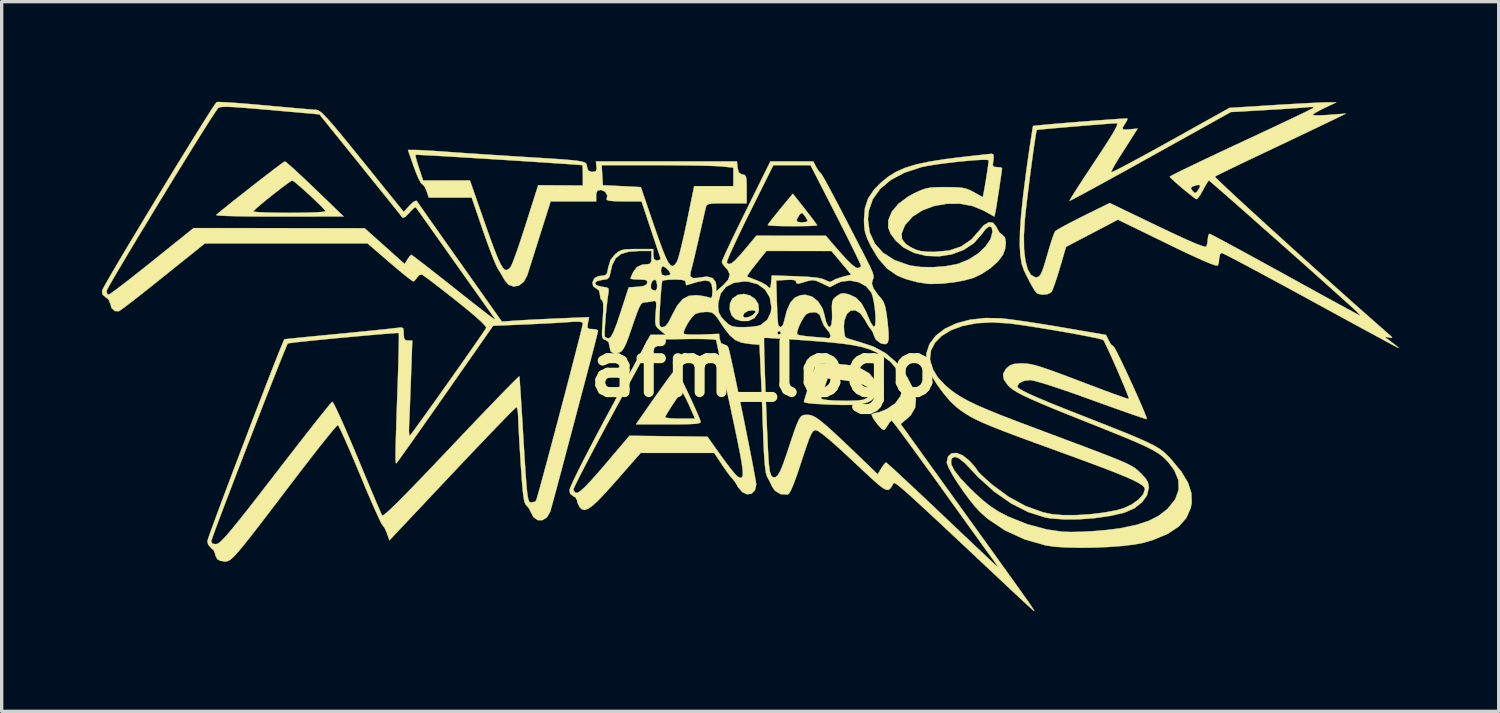
<source format=kicad_pcb>
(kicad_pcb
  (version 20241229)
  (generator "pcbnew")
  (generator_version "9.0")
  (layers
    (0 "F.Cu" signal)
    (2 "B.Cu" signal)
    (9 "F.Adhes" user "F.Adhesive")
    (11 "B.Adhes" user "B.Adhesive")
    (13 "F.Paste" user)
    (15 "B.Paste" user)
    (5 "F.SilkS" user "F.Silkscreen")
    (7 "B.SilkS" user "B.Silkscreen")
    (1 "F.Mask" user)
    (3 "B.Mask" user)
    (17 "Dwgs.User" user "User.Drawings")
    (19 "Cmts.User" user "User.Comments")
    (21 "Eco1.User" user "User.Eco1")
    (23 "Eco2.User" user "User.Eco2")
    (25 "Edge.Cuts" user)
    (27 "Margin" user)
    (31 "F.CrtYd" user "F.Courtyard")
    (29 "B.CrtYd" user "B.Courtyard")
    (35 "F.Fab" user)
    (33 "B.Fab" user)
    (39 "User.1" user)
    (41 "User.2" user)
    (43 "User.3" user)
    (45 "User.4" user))
  (footprint "afm_logo"
    (layer "F.Cu")
    (at 19.831 8.006)
    (property "Reference" "afm_logo" (at 0 0 0) (layer "F.SilkS") (effects (font (size 1.524 1.524) (thickness 0.3))))
    (attr through_hole)
    (fp_poly (pts (xy -0.415 -2.206) (xy -0.264 -2.102) (xy -0.167 -1.953) (xy -0.148 -1.773) (xy -0.17 -1.687) (xy -0.286 -1.526) (xy -0.466 -1.441) (xy -0.683 -1.441) (xy -0.856 -1.5) (xy -0.945 -1.591) (xy -0.628 -1.591) (xy -0.585 -1.545) (xy -0.485 -1.549) (xy -0.368 -1.595) (xy -0.307 -1.641) (xy -0.242 -1.716) (xy -0.267 -1.747) (xy -0.335 -1.76) (xy -0.471 -1.744) (xy -0.584 -1.677) (xy -0.628 -1.591) (xy -0.945 -1.591) (xy -0.966 -1.613) (xy -1.021 -1.783) (xy -1.014 -1.966) (xy -0.941 -2.112) (xy -0.778 -2.225) (xy -0.595 -2.251) (xy -0.415 -2.206)) (stroke (width 0.01) (type solid)) (fill yes) (layer "F.SilkS"))
    (fp_poly (pts (xy 1.233 -4.791) (xy 1.385 -4.597) (xy 1.506 -4.438) (xy 1.581 -4.334) (xy 1.598 -4.304) (xy 1.545 -4.296) (xy 1.398 -4.288) (xy 1.18 -4.283) (xy 0.911 -4.281) (xy 0.856 -4.281) (xy 0.58 -4.283) (xy 0.351 -4.289) (xy 0.189 -4.298) (xy 0.116 -4.309) (xy 0.114 -4.311) (xy 0.148 -4.365) (xy 0.233 -4.477) (xy 0.981 -4.477) (xy 1.001 -4.414) (xy 1.122 -4.395) (xy 1.142 -4.395) (xy 1.261 -4.407) (xy 1.311 -4.437) (xy 1.311 -4.438) (xy 1.278 -4.512) (xy 1.222 -4.595) (xy 1.153 -4.674) (xy 1.103 -4.662) (xy 1.052 -4.598) (xy 0.981 -4.477) (xy 0.233 -4.477) (xy 0.241 -4.487) (xy 0.376 -4.656) (xy 0.491 -4.798) (xy 0.869 -5.254) (xy 1.233 -4.791)) (stroke (width 0.01) (type solid)) (fill yes) (layer "F.SilkS"))
    (fp_poly (pts (xy -2.601 0.051) (xy -2.53 0.182) (xy -2.434 0.374) (xy -2.322 0.604) (xy -2.205 0.852) (xy -2.094 1.094) (xy -1.998 1.309) (xy -1.928 1.475) (xy -1.894 1.57) (xy -1.894 1.571) (xy -1.902 1.602) (xy -1.951 1.625) (xy -2.056 1.64) (xy -2.231 1.649) (xy -2.491 1.654) (xy -2.851 1.655) (xy -3.832 1.655) (xy -3.723 1.498) (xy -3.682 1.44) (xy -2.959 1.44) (xy -2.915 1.46) (xy -2.783 1.476) (xy -2.588 1.484) (xy -2.519 1.484) (xy -2.061 1.484) (xy -2.238 1.084) (xy -2.327 0.895) (xy -2.402 0.753) (xy -2.45 0.687) (xy -2.455 0.685) (xy -2.498 0.729) (xy -2.582 0.842) (xy -2.688 0.997) (xy -2.798 1.165) (xy -2.893 1.318) (xy -2.954 1.429) (xy -2.959 1.44) (xy -3.682 1.44) (xy -3.393 1.024) (xy -3.124 0.643) (xy -2.915 0.352) (xy -2.765 0.15) (xy -2.672 0.034) (xy -2.636 0.002) (xy -2.601 0.051)) (stroke (width 0.01) (type solid)) (fill yes) (layer "F.SilkS"))
    (fp_poly (pts (xy 2.112 -0.162) (xy 2.553 -0.117) (xy 2.898 -0.022) (xy 3.153 0.126) (xy 3.326 0.331) (xy 3.335 0.349) (xy 3.403 0.5) (xy 3.41 0.616) (xy 3.376 0.723) (xy 3.311 0.844) (xy 3.221 0.937) (xy 3.094 1.005) (xy 2.915 1.049) (xy 2.671 1.071) (xy 2.351 1.075) (xy 1.94 1.062) (xy 1.555 1.042) (xy 1.371 1.026) (xy 1.242 1.005) (xy 1.199 0.985) (xy 1.215 0.918) (xy 1.229 0.875) (xy 1.712 0.875) (xy 1.766 0.905) (xy 1.915 0.929) (xy 2.14 0.944) (xy 2.422 0.95) (xy 2.582 0.949) (xy 2.817 0.94) (xy 2.969 0.919) (xy 3.072 0.877) (xy 3.152 0.81) (xy 3.282 0.678) (xy 3.148 0.568) (xy 2.98 0.468) (xy 2.74 0.391) (xy 2.41 0.333) (xy 2.255 0.315) (xy 1.912 0.278) (xy 1.812 0.56) (xy 1.756 0.725) (xy 1.72 0.842) (xy 1.712 0.875) (xy 1.229 0.875) (xy 1.261 0.768) (xy 1.327 0.558) (xy 1.384 0.382) (xy 1.569 -0.183) (xy 2.112 -0.162)) (stroke (width 0.01) (type solid)) (fill yes) (layer "F.SilkS"))
    (fp_poly (pts (xy -14.294 -6.183) (xy -14.171 -6.077) (xy -13.992 -5.915) (xy -13.769 -5.708) (xy -13.517 -5.468) (xy -13.442 -5.396) (xy -12.586 -4.572) (xy -14.524 -4.569) (xy -14.987 -4.57) (xy -15.405 -4.573) (xy -15.766 -4.579) (xy -16.058 -4.586) (xy -16.269 -4.596) (xy -16.387 -4.607) (xy -16.407 -4.615) (xy -16.301 -4.706) (xy -16.28 -4.723) (xy -15.294 -4.723) (xy -15.241 -4.71) (xy -15.091 -4.698) (xy -14.862 -4.689) (xy -14.571 -4.683) (xy -14.236 -4.68) (xy -14.213 -4.68) (xy -13.875 -4.683) (xy -13.58 -4.689) (xy -13.346 -4.7) (xy -13.189 -4.712) (xy -13.128 -4.727) (xy -13.128 -4.728) (xy -13.168 -4.783) (xy -13.273 -4.893) (xy -13.424 -5.039) (xy -13.598 -5.203) (xy -13.777 -5.365) (xy -13.938 -5.507) (xy -14.061 -5.608) (xy -14.126 -5.651) (xy -14.128 -5.651) (xy -14.189 -5.617) (xy -14.315 -5.527) (xy -14.486 -5.398) (xy -14.681 -5.246) (xy -14.879 -5.088) (xy -15.06 -4.939) (xy -15.201 -4.818) (xy -15.282 -4.741) (xy -15.294 -4.723) (xy -16.28 -4.723) (xy -16.131 -4.844) (xy -15.915 -5.018) (xy -15.667 -5.214) (xy -15.402 -5.422) (xy -15.138 -5.628) (xy -14.888 -5.822) (xy -14.668 -5.989) (xy -14.495 -6.12) (xy -14.383 -6.2) (xy -14.348 -6.221) (xy -14.294 -6.183)) (stroke (width 0.01) (type solid)) (fill yes) (layer "F.SilkS"))
    (fp_poly (pts (xy 6.884 -6.415) (xy 6.882 -6.297) (xy 6.874 -6.25) (xy 6.857 -6.117) (xy 6.884 -6.062) (xy 6.977 -6.05) (xy 6.986 -6.05) (xy 7.096 -6.041) (xy 7.135 -6.021) (xy 7.127 -5.945) (xy 7.105 -5.784) (xy 7.073 -5.569) (xy 7.037 -5.328) (xy 7 -5.09) (xy 6.968 -4.884) (xy 6.943 -4.739) (xy 6.934 -4.695) (xy 6.904 -4.567) (xy 6.587 -4.746) (xy 6.244 -4.887) (xy 5.866 -4.955) (xy 5.477 -4.952) (xy 5.098 -4.885) (xy 4.752 -4.756) (xy 4.46 -4.571) (xy 4.246 -4.334) (xy 4.214 -4.279) (xy 4.127 -4.061) (xy 4.14 -3.89) (xy 4.256 -3.745) (xy 4.395 -3.654) (xy 4.553 -3.577) (xy 4.71 -3.533) (xy 4.908 -3.514) (xy 5.109 -3.511) (xy 5.549 -3.551) (xy 5.915 -3.674) (xy 6.218 -3.884) (xy 6.418 -4.112) (xy 6.588 -4.308) (xy 6.74 -4.399) (xy 6.867 -4.383) (xy 6.966 -4.261) (xy 6.981 -4.224) (xy 7.057 -4.093) (xy 7.147 -4.02) (xy 7.147 -4.02) (xy 7.221 -3.943) (xy 7.249 -3.795) (xy 7.231 -3.611) (xy 7.165 -3.428) (xy 7.016 -3.226) (xy 6.789 -3.023) (xy 6.518 -2.845) (xy 6.283 -2.734) (xy 6.016 -2.658) (xy 5.683 -2.598) (xy 5.331 -2.56) (xy 5.008 -2.55) (xy 4.909 -2.555) (xy 4.591 -2.604) (xy 4.258 -2.695) (xy 3.996 -2.801) (xy 3.696 -3.007) (xy 3.428 -3.313) (xy 3.207 -3.679) (xy 3.097 -3.909) (xy 3.034 -4.091) (xy 3.006 -4.275) (xy 3 -4.481) (xy 3.118 -4.481) (xy 3.171 -4.094) (xy 3.324 -3.76) (xy 3.574 -3.482) (xy 3.916 -3.265) (xy 4.348 -3.112) (xy 4.395 -3.101) (xy 4.707 -3.058) (xy 5.077 -3.053) (xy 5.454 -3.083) (xy 5.79 -3.147) (xy 5.842 -3.162) (xy 6.148 -3.289) (xy 6.421 -3.466) (xy 6.642 -3.674) (xy 6.791 -3.895) (xy 6.849 -4.111) (xy 6.849 -4.123) (xy 6.824 -4.248) (xy 6.755 -4.275) (xy 6.654 -4.207) (xy 6.534 -4.05) (xy 6.297 -3.777) (xy 5.991 -3.572) (xy 5.636 -3.439) (xy 5.256 -3.378) (xy 4.871 -3.391) (xy 4.504 -3.48) (xy 4.178 -3.646) (xy 3.952 -3.846) (xy 3.796 -4.054) (xy 3.726 -4.24) (xy 3.728 -4.44) (xy 3.733 -4.473) (xy 3.834 -4.717) (xy 4.034 -4.953) (xy 4.321 -5.167) (xy 4.496 -5.263) (xy 4.683 -5.35) (xy 4.836 -5.406) (xy 4.994 -5.436) (xy 5.193 -5.449) (xy 5.45 -5.451) (xy 5.723 -5.448) (xy 5.915 -5.435) (xy 6.059 -5.406) (xy 6.187 -5.355) (xy 6.29 -5.3) (xy 6.558 -5.149) (xy 6.588 -5.3) (xy 6.616 -5.451) (xy 6.65 -5.653) (xy 6.684 -5.869) (xy 6.713 -6.066) (xy 6.731 -6.208) (xy 6.735 -6.254) (xy 6.682 -6.268) (xy 6.537 -6.269) (xy 6.322 -6.257) (xy 6.057 -6.235) (xy 5.763 -6.205) (xy 5.461 -6.17) (xy 5.173 -6.131) (xy 4.92 -6.09) (xy 4.722 -6.05) (xy 4.709 -6.046) (xy 4.215 -5.884) (xy 3.806 -5.667) (xy 3.487 -5.4) (xy 3.263 -5.088) (xy 3.141 -4.736) (xy 3.118 -4.481) (xy 3 -4.481) (xy 3.029 -4.826) (xy 3.124 -5.113) (xy 3.302 -5.376) (xy 3.499 -5.577) (xy 3.718 -5.758) (xy 3.955 -5.906) (xy 4.228 -6.028) (xy 4.553 -6.128) (xy 4.947 -6.213) (xy 5.427 -6.289) (xy 5.793 -6.335) (xy 6.118 -6.373) (xy 6.405 -6.405) (xy 6.634 -6.43) (xy 6.786 -6.446) (xy 6.838 -6.45) (xy 6.884 -6.415)) (stroke (width 0.01) (type solid)) (fill yes) (layer "F.SilkS"))
    (fp_poly (pts (xy 7.102 -1.521) (xy 7.295 -1.5) (xy 7.576 -1.463) (xy 7.922 -1.412) (xy 8.311 -1.352) (xy 8.717 -1.286) (xy 8.891 -1.256) (xy 9.265 -1.192) (xy 9.601 -1.134) (xy 9.881 -1.087) (xy 10.091 -1.051) (xy 10.214 -1.031) (xy 10.239 -1.027) (xy 10.273 -0.981) (xy 10.327 -0.867) (xy 10.331 -0.856) (xy 10.399 -0.738) (xy 10.467 -0.685) (xy 10.471 -0.685) (xy 10.507 -0.636) (xy 10.579 -0.5) (xy 10.68 -0.298) (xy 10.801 -0.046) (xy 10.932 0.235) (xy 11.066 0.527) (xy 11.194 0.812) (xy 11.307 1.071) (xy 11.397 1.284) (xy 11.455 1.434) (xy 11.473 1.499) (xy 11.421 1.487) (xy 11.276 1.44) (xy 11.049 1.362) (xy 10.754 1.259) (xy 10.404 1.134) (xy 10.011 0.993) (xy 9.832 0.928) (xy 9.368 0.761) (xy 8.95 0.616) (xy 8.59 0.496) (xy 8.3 0.406) (xy 8.092 0.349) (xy 7.978 0.328) (xy 7.978 0.328) (xy 7.792 0.353) (xy 7.652 0.419) (xy 7.592 0.511) (xy 7.591 0.52) (xy 7.627 0.568) (xy 7.738 0.638) (xy 7.93 0.735) (xy 8.208 0.859) (xy 8.58 1.015) (xy 9.051 1.204) (xy 9.308 1.305) (xy 9.89 1.534) (xy 10.376 1.726) (xy 10.777 1.886) (xy 11.103 2.02) (xy 11.363 2.133) (xy 11.568 2.229) (xy 11.73 2.313) (xy 11.857 2.39) (xy 11.96 2.466) (xy 12.05 2.546) (xy 12.136 2.633) (xy 12.205 2.707) (xy 12.507 3.072) (xy 12.706 3.404) (xy 12.807 3.716) (xy 12.816 4.016) (xy 12.786 4.164) (xy 12.655 4.461) (xy 12.43 4.715) (xy 12.106 4.931) (xy 11.679 5.111) (xy 11.38 5.201) (xy 11.108 5.254) (xy 10.752 5.297) (xy 10.34 5.328) (xy 9.901 5.347) (xy 9.463 5.352) (xy 9.054 5.343) (xy 8.702 5.32) (xy 8.448 5.283) (xy 7.812 5.101) (xy 7.231 4.836) (xy 6.722 4.497) (xy 6.487 4.292) (xy 6.328 4.12) (xy 6.15 3.9) (xy 5.968 3.652) (xy 5.796 3.399) (xy 5.648 3.161) (xy 5.539 2.961) (xy 5.484 2.82) (xy 5.48 2.79) (xy 5.518 2.617) (xy 5.621 2.524) (xy 5.772 2.512) (xy 5.953 2.582) (xy 6.147 2.735) (xy 6.162 2.751) (xy 6.287 2.888) (xy 6.37 2.993) (xy 6.393 3.035) (xy 6.434 3.088) (xy 6.544 3.197) (xy 6.704 3.343) (xy 6.835 3.457) (xy 7.33 3.824) (xy 7.848 4.106) (xy 8.368 4.291) (xy 8.632 4.347) (xy 8.962 4.375) (xy 9.358 4.374) (xy 9.782 4.347) (xy 10.197 4.297) (xy 10.563 4.228) (xy 10.777 4.167) (xy 11.023 4.053) (xy 11.227 3.906) (xy 11.365 3.747) (xy 11.416 3.597) (xy 11.399 3.546) (xy 11.345 3.489) (xy 11.245 3.422) (xy 11.091 3.341) (xy 10.876 3.243) (xy 10.591 3.125) (xy 10.229 2.984) (xy 9.783 2.816) (xy 9.243 2.617) (xy 8.644 2.399) (xy 8.064 2.188) (xy 7.579 2.01) (xy 7.18 1.859) (xy 6.853 1.73) (xy 6.587 1.619) (xy 6.371 1.519) (xy 6.193 1.427) (xy 6.042 1.336) (xy 5.905 1.243) (xy 5.775 1.144) (xy 5.588 0.969) (xy 5.39 0.737) (xy 5.199 0.477) (xy 5.035 0.217) (xy 4.919 -0.014) (xy 4.875 -0.153) (xy 4.871 -0.304) (xy 4.976 -0.304) (xy 5.041 -0.034) (xy 5.209 0.246) (xy 5.435 0.485) (xy 5.585 0.613) (xy 5.743 0.731) (xy 5.923 0.845) (xy 6.137 0.961) (xy 6.396 1.085) (xy 6.712 1.222) (xy 7.099 1.379) (xy 7.568 1.56) (xy 8.132 1.773) (xy 8.191 1.795) (xy 8.811 2.027) (xy 9.333 2.223) (xy 9.767 2.386) (xy 10.122 2.522) (xy 10.407 2.633) (xy 10.632 2.724) (xy 10.806 2.798) (xy 10.938 2.861) (xy 11.038 2.915) (xy 11.114 2.964) (xy 11.177 3.013) (xy 11.235 3.065) (xy 11.281 3.109) (xy 11.427 3.262) (xy 11.503 3.385) (xy 11.529 3.515) (xy 11.53 3.564) (xy 11.476 3.785) (xy 11.326 3.993) (xy 11.098 4.169) (xy 10.811 4.297) (xy 10.785 4.304) (xy 10.383 4.397) (xy 9.928 4.463) (xy 9.456 4.499) (xy 9.003 4.503) (xy 8.604 4.474) (xy 8.436 4.446) (xy 7.923 4.285) (xy 7.405 4.023) (xy 6.896 3.667) (xy 6.413 3.23) (xy 6.246 3.051) (xy 6.02 2.815) (xy 5.847 2.675) (xy 5.721 2.628) (xy 5.637 2.67) (xy 5.611 2.719) (xy 5.614 2.852) (xy 5.705 3.035) (xy 5.889 3.271) (xy 6.166 3.563) (xy 6.293 3.686) (xy 6.566 3.935) (xy 6.804 4.122) (xy 7.044 4.275) (xy 7.324 4.42) (xy 7.888 4.646) (xy 8.481 4.804) (xy 8.933 4.87) (xy 9.202 4.88) (xy 9.547 4.872) (xy 9.927 4.85) (xy 10.307 4.816) (xy 10.647 4.771) (xy 10.722 4.759) (xy 11.172 4.663) (xy 11.531 4.545) (xy 11.822 4.397) (xy 12.068 4.208) (xy 12.103 4.174) (xy 12.321 3.902) (xy 12.426 3.618) (xy 12.417 3.326) (xy 12.295 3.029) (xy 12.116 2.79) (xy 12.026 2.695) (xy 11.93 2.608) (xy 11.817 2.525) (xy 11.677 2.439) (xy 11.497 2.346) (xy 11.266 2.238) (xy 10.972 2.112) (xy 10.604 1.96) (xy 10.15 1.777) (xy 9.716 1.604) (xy 9.155 1.38) (xy 8.69 1.192) (xy 8.312 1.034) (xy 8.011 0.903) (xy 7.776 0.793) (xy 7.598 0.7) (xy 7.466 0.619) (xy 7.37 0.545) (xy 7.316 0.492) (xy 7.187 0.308) (xy 7.165 0.147) (xy 7.25 -0.005) (xy 7.271 -0.028) (xy 7.377 -0.113) (xy 7.5 -0.156) (xy 7.683 -0.171) (xy 7.746 -0.171) (xy 7.863 -0.165) (xy 7.994 -0.146) (xy 8.153 -0.108) (xy 8.354 -0.046) (xy 8.613 0.043) (xy 8.945 0.164) (xy 9.363 0.322) (xy 9.497 0.373) (xy 9.875 0.517) (xy 10.216 0.645) (xy 10.507 0.752) (xy 10.734 0.832) (xy 10.882 0.882) (xy 10.938 0.896) (xy 10.924 0.84) (xy 10.871 0.701) (xy 10.789 0.5) (xy 10.686 0.259) (xy 10.573 -0.003) (xy 10.458 -0.263) (xy 10.351 -0.501) (xy 10.259 -0.696) (xy 10.194 -0.828) (xy 10.167 -0.872) (xy 10.098 -0.896) (xy 9.934 -0.934) (xy 9.693 -0.983) (xy 9.394 -1.04) (xy 9.055 -1.101) (xy 8.693 -1.164) (xy 8.328 -1.224) (xy 7.976 -1.28) (xy 7.656 -1.328) (xy 7.387 -1.364) (xy 7.352 -1.368) (xy 6.834 -1.4) (xy 6.366 -1.373) (xy 5.955 -1.292) (xy 5.607 -1.164) (xy 5.328 -0.995) (xy 5.126 -0.791) (xy 5.006 -0.558) (xy 4.976 -0.304) (xy 4.871 -0.304) (xy 4.867 -0.467) (xy 4.963 -0.752) (xy 5.151 -1.001) (xy 5.422 -1.209) (xy 5.768 -1.371) (xy 6.178 -1.48) (xy 6.643 -1.53) (xy 7.102 -1.521)) (stroke (width 0.01) (type solid)) (fill yes) (layer "F.SilkS"))
    (fp_poly (pts (xy 16.795 -7.822) (xy 16.618 -7.733) (xy 16.49 -7.659) (xy 16.439 -7.617) (xy 16.439 -7.616) (xy 16.491 -7.603) (xy 16.632 -7.6) (xy 16.835 -7.609) (xy 16.938 -7.616) (xy 17.438 -7.653) (xy 16.895 -7.39) (xy 16.692 -7.292) (xy 16.407 -7.156) (xy 16.061 -6.991) (xy 15.675 -6.807) (xy 15.27 -6.615) (xy 14.955 -6.466) (xy 14.584 -6.29) (xy 14.247 -6.129) (xy 13.957 -5.989) (xy 13.729 -5.878) (xy 13.576 -5.801) (xy 13.512 -5.767) (xy 13.512 -5.766) (xy 13.547 -5.724) (xy 13.659 -5.614) (xy 13.84 -5.442) (xy 14.082 -5.216) (xy 14.376 -4.945) (xy 14.715 -4.634) (xy 15.09 -4.292) (xy 15.493 -3.926) (xy 15.915 -3.544) (xy 16.35 -3.152) (xy 16.788 -2.759) (xy 17.221 -2.371) (xy 17.641 -1.996) (xy 18.041 -1.642) (xy 18.411 -1.316) (xy 18.693 -1.068) (xy 18.799 -0.974) (xy 18.822 -0.936) (xy 18.768 -0.939) (xy 18.722 -0.948) (xy 18.624 -0.964) (xy 18.629 -0.94) (xy 18.693 -0.89) (xy 18.836 -0.782) (xy 18.922 -0.718) (xy 18.997 -0.655) (xy 19.007 -0.634) (xy 18.953 -0.661) (xy 18.808 -0.738) (xy 18.582 -0.86) (xy 18.285 -1.021) (xy 17.924 -1.216) (xy 17.511 -1.441) (xy 17.055 -1.69) (xy 16.564 -1.958) (xy 16.382 -2.058) (xy 15.88 -2.332) (xy 15.407 -2.588) (xy 14.973 -2.823) (xy 14.588 -3.029) (xy 14.261 -3.203) (xy 14.001 -3.339) (xy 13.819 -3.432) (xy 13.724 -3.477) (xy 13.713 -3.48) (xy 13.661 -3.432) (xy 13.641 -3.325) (xy 13.626 -3.184) (xy 13.598 -3.103) (xy 13.537 -3.104) (xy 13.384 -3.156) (xy 13.138 -3.259) (xy 12.795 -3.415) (xy 12.355 -3.624) (xy 12.081 -3.757) (xy 10.606 -4.476) (xy 9.052 -3.661) (xy 8.865 -3.022) (xy 8.785 -2.762) (xy 8.71 -2.538) (xy 8.649 -2.376) (xy 8.613 -2.304) (xy 8.504 -2.245) (xy 8.348 -2.228) (xy 8.205 -2.258) (xy 8.183 -2.27) (xy 8.107 -2.36) (xy 7.992 -2.557) (xy 7.838 -2.86) (xy 7.794 -2.95) (xy 7.726 -3.146) (xy 7.683 -3.404) (xy 7.665 -3.73) (xy 7.671 -3.998) (xy 7.789 -3.998) (xy 7.795 -3.587) (xy 7.834 -3.247) (xy 7.904 -2.989) (xy 8.003 -2.82) (xy 8.13 -2.75) (xy 8.18 -2.751) (xy 8.238 -2.773) (xy 8.29 -2.832) (xy 8.343 -2.948) (xy 8.407 -3.139) (xy 8.488 -3.416) (xy 8.564 -3.676) (xy 8.635 -3.899) (xy 8.692 -4.058) (xy 8.726 -4.129) (xy 8.794 -4.176) (xy 8.946 -4.263) (xy 9.163 -4.378) (xy 9.424 -4.512) (xy 9.57 -4.585) (xy 10.36 -4.975) (xy 11.786 -4.289) (xy 12.256 -4.066) (xy 12.631 -3.893) (xy 12.913 -3.77) (xy 13.109 -3.695) (xy 13.221 -3.665) (xy 13.255 -3.671) (xy 13.287 -3.776) (xy 13.298 -3.896) (xy 13.315 -4.01) (xy 13.349 -4.053) (xy 13.408 -4.026) (xy 13.556 -3.949) (xy 13.783 -3.828) (xy 14.079 -3.669) (xy 14.434 -3.476) (xy 14.837 -3.256) (xy 15.278 -3.014) (xy 15.618 -2.827) (xy 16.079 -2.573) (xy 16.509 -2.336) (xy 16.897 -2.123) (xy 17.234 -1.939) (xy 17.51 -1.789) (xy 17.713 -1.679) (xy 17.834 -1.615) (xy 17.864 -1.6) (xy 17.847 -1.633) (xy 17.768 -1.715) (xy 17.75 -1.733) (xy 17.648 -1.827) (xy 17.477 -1.982) (xy 17.248 -2.188) (xy 16.97 -2.437) (xy 16.653 -2.72) (xy 16.307 -3.029) (xy 15.94 -3.355) (xy 15.564 -3.689) (xy 15.188 -4.022) (xy 14.821 -4.347) (xy 14.473 -4.655) (xy 14.154 -4.936) (xy 13.874 -5.182) (xy 13.641 -5.386) (xy 13.467 -5.537) (xy 13.361 -5.628) (xy 13.331 -5.651) (xy 13.291 -5.604) (xy 13.22 -5.484) (xy 13.155 -5.362) (xy 13.067 -5.208) (xy 12.993 -5.11) (xy 12.957 -5.09) (xy 12.887 -5.135) (xy 12.761 -5.232) (xy 12.605 -5.359) (xy 12.54 -5.413) (xy 12.793 -5.413) (xy 12.843 -5.337) (xy 12.846 -5.333) (xy 12.912 -5.272) (xy 12.968 -5.305) (xy 12.997 -5.343) (xy 13.057 -5.445) (xy 13.071 -5.494) (xy 13.026 -5.518) (xy 12.943 -5.505) (xy 12.82 -5.46) (xy 12.793 -5.413) (xy 12.54 -5.413) (xy 12.442 -5.496) (xy 12.297 -5.624) (xy 12.194 -5.72) (xy 12.158 -5.764) (xy 12.208 -5.795) (xy 12.351 -5.868) (xy 12.575 -5.979) (xy 12.871 -6.122) (xy 13.228 -6.292) (xy 13.634 -6.484) (xy 14.078 -6.692) (xy 14.284 -6.788) (xy 14.744 -7.002) (xy 15.173 -7.203) (xy 15.559 -7.385) (xy 15.89 -7.542) (xy 16.157 -7.67) (xy 16.346 -7.763) (xy 16.448 -7.816) (xy 16.462 -7.824) (xy 16.45 -7.85) (xy 16.351 -7.851) (xy 16.32 -7.847) (xy 16.201 -7.836) (xy 15.991 -7.82) (xy 15.711 -7.801) (xy 15.383 -7.78) (xy 15.057 -7.761) (xy 13.989 -7.7) (xy 11.581 -6.36) (xy 11.101 -6.093) (xy 10.653 -5.845) (xy 10.244 -5.621) (xy 9.887 -5.425) (xy 9.59 -5.264) (xy 9.362 -5.142) (xy 9.214 -5.065) (xy 9.155 -5.038) (xy 9.155 -5.039) (xy 9.18 -5.089) (xy 9.26 -5.221) (xy 9.388 -5.422) (xy 9.554 -5.678) (xy 9.75 -5.976) (xy 9.905 -6.21) (xy 10.159 -6.594) (xy 10.35 -6.891) (xy 10.483 -7.11) (xy 10.561 -7.257) (xy 10.59 -7.34) (xy 10.574 -7.364) (xy 10.487 -7.36) (xy 10.312 -7.348) (xy 10.07 -7.33) (xy 9.781 -7.307) (xy 9.467 -7.281) (xy 9.146 -7.254) (xy 8.841 -7.228) (xy 8.571 -7.204) (xy 8.356 -7.184) (xy 8.218 -7.17) (xy 8.176 -7.164) (xy 8.161 -7.104) (xy 8.135 -6.949) (xy 8.1 -6.717) (xy 8.059 -6.428) (xy 8.014 -6.1) (xy 7.969 -5.75) (xy 7.924 -5.398) (xy 7.883 -5.063) (xy 7.848 -4.761) (xy 7.822 -4.513) (xy 7.818 -4.471) (xy 7.789 -3.998) (xy 7.671 -3.998) (xy 7.673 -4.132) (xy 7.707 -4.619) (xy 7.767 -5.197) (xy 7.853 -5.874) (xy 7.909 -6.276) (xy 7.956 -6.598) (xy 7.998 -6.878) (xy 8.032 -7.097) (xy 8.055 -7.238) (xy 8.065 -7.282) (xy 8.126 -7.291) (xy 8.281 -7.307) (xy 8.513 -7.328) (xy 8.801 -7.353) (xy 9.126 -7.381) (xy 9.472 -7.408) (xy 9.817 -7.435) (xy 10.144 -7.46) (xy 10.434 -7.481) (xy 10.668 -7.497) (xy 10.827 -7.506) (xy 10.892 -7.506) (xy 10.892 -7.506) (xy 10.879 -7.45) (xy 10.822 -7.354) (xy 10.75 -7.239) (xy 10.753 -7.184) (xy 10.847 -7.174) (xy 10.964 -7.183) (xy 11.197 -7.205) (xy 11.04 -6.956) (xy 10.93 -6.782) (xy 10.787 -6.558) (xy 10.642 -6.331) (xy 10.632 -6.315) (xy 10.52 -6.132) (xy 10.441 -5.987) (xy 10.408 -5.905) (xy 10.41 -5.896) (xy 10.464 -5.916) (xy 10.607 -5.986) (xy 10.826 -6.1) (xy 11.11 -6.252) (xy 11.448 -6.435) (xy 11.829 -6.644) (xy 12.193 -6.846) (xy 13.948 -7.824) (xy 15.265 -7.907) (xy 15.66 -7.931) (xy 16.033 -7.952) (xy 16.364 -7.97) (xy 16.632 -7.982) (xy 16.817 -7.989) (xy 16.867 -7.99) (xy 17.152 -7.991) (xy 16.795 -7.822)) (stroke (width 0.01) (type solid)) (fill yes) (layer "F.SilkS"))
    (fp_poly (pts (xy -16.164 -7.995) (xy -15.919 -7.98) (xy -15.608 -7.957) (xy -15.247 -7.927) (xy -14.955 -7.9) (xy -14.559 -7.864) (xy -14.194 -7.831) (xy -13.878 -7.803) (xy -13.628 -7.782) (xy -13.462 -7.769) (xy -13.405 -7.766) (xy -13.353 -7.753) (xy -13.285 -7.711) (xy -13.194 -7.63) (xy -13.072 -7.503) (xy -12.911 -7.32) (xy -12.703 -7.073) (xy -12.441 -6.754) (xy -12.121 -6.359) (xy -11.838 -6.009) (xy -11.575 -5.683) (xy -11.341 -5.393) (xy -11.145 -5.151) (xy -10.997 -4.968) (xy -10.907 -4.857) (xy -10.887 -4.832) (xy -10.787 -4.709) (xy -10.61 -4.902) (xy -10.491 -5.013) (xy -10.412 -5.046) (xy -10.395 -5.034) (xy -10.355 -4.976) (xy -10.256 -4.834) (xy -10.106 -4.62) (xy -9.913 -4.345) (xy -9.683 -4.019) (xy -9.425 -3.653) (xy -9.145 -3.257) (xy -9.103 -3.198) (xy -7.848 -1.422) (xy -7.449 -1.451) (xy -7.247 -1.464) (xy -6.964 -1.48) (xy -6.631 -1.496) (xy -6.28 -1.512) (xy -6.142 -1.518) (xy -5.234 -1.556) (xy -5.27 -1.377) (xy -5.285 -1.254) (xy -5.245 -1.206) (xy -5.136 -1.199) (xy -5.016 -1.186) (xy -4.966 -1.156) (xy -4.966 -1.156) (xy -4.98 -1.087) (xy -5.018 -0.931) (xy -5.073 -0.713) (xy -5.132 -0.485) (xy -5.359 0.372) (xy -5.558 1.125) (xy -5.731 1.78) (xy -5.881 2.344) (xy -6.007 2.821) (xy -6.113 3.219) (xy -6.2 3.543) (xy -6.269 3.801) (xy -6.323 3.997) (xy -6.362 4.138) (xy -6.388 4.231) (xy -6.4 4.271) (xy -6.496 4.439) (xy -6.63 4.525) (xy -6.774 4.525) (xy -6.9 4.436) (xy -6.96 4.324) (xy -7.031 4.18) (xy -7.113 4.083) (xy -7.147 4.04) (xy -7.176 3.957) (xy -7.201 3.819) (xy -7.225 3.613) (xy -7.249 3.323) (xy -7.276 2.936) (xy -7.282 2.849) (xy -7.305 2.477) (xy -7.326 2.125) (xy -7.343 1.818) (xy -7.355 1.576) (xy -7.36 1.424) (xy -7.36 1.413) (xy -7.371 1.255) (xy -7.395 1.157) (xy -7.411 1.142) (xy -7.459 1.182) (xy -7.577 1.297) (xy -7.757 1.48) (xy -7.992 1.722) (xy -8.274 2.015) (xy -8.595 2.351) (xy -8.947 2.722) (xy -9.323 3.12) (xy -9.338 3.136) (xy -11.216 5.13) (xy -11.288 4.922) (xy -11.351 4.777) (xy -11.413 4.684) (xy -11.424 4.675) (xy -11.462 4.614) (xy -11.536 4.461) (xy -11.641 4.23) (xy -11.771 3.935) (xy -11.919 3.59) (xy -12.078 3.208) (xy -12.097 3.164) (xy -12.257 2.78) (xy -12.405 2.433) (xy -12.536 2.135) (xy -12.642 1.901) (xy -12.718 1.743) (xy -12.758 1.676) (xy -12.76 1.675) (xy -12.805 1.715) (xy -12.911 1.837) (xy -13.071 2.031) (xy -13.276 2.288) (xy -13.519 2.597) (xy -13.792 2.95) (xy -14.088 3.336) (xy -14.184 3.462) (xy -14.577 3.979) (xy -14.908 4.413) (xy -15.183 4.77) (xy -15.407 5.058) (xy -15.588 5.285) (xy -15.732 5.457) (xy -15.845 5.583) (xy -15.932 5.669) (xy -16.002 5.723) (xy -16.059 5.752) (xy -16.11 5.763) (xy -16.147 5.765) (xy -16.288 5.741) (xy -16.37 5.696) (xy -16.431 5.582) (xy -16.439 5.527) (xy -16.484 5.422) (xy -16.553 5.365) (xy -16.648 5.255) (xy -16.666 5.154) (xy -16.553 5.154) (xy -16.525 5.229) (xy -16.424 5.243) (xy -16.397 5.241) (xy -16.35 5.224) (xy -16.287 5.179) (xy -16.202 5.097) (xy -16.087 4.973) (xy -15.939 4.798) (xy -15.749 4.566) (xy -15.513 4.269) (xy -15.224 3.9) (xy -14.877 3.452) (xy -14.613 3.11) (xy -14.282 2.681) (xy -13.971 2.281) (xy -13.688 1.918) (xy -13.438 1.601) (xy -13.231 1.34) (xy -13.071 1.143) (xy -12.968 1.019) (xy -12.928 0.977) (xy -12.893 1.023) (xy -12.821 1.162) (xy -12.717 1.383) (xy -12.587 1.671) (xy -12.437 2.017) (xy -12.272 2.406) (xy -12.177 2.633) (xy -12.005 3.046) (xy -11.846 3.427) (xy -11.705 3.762) (xy -11.588 4.038) (xy -11.499 4.243) (xy -11.446 4.362) (xy -11.435 4.385) (xy -11.397 4.376) (xy -11.306 4.306) (xy -11.159 4.172) (xy -10.952 3.97) (xy -10.683 3.698) (xy -10.347 3.352) (xy -9.941 2.929) (xy -9.463 2.426) (xy -9.361 2.318) (xy -8.971 1.906) (xy -8.605 1.522) (xy -8.27 1.173) (xy -7.975 0.866) (xy -7.726 0.61) (xy -7.53 0.412) (xy -7.395 0.278) (xy -7.329 0.218) (xy -7.323 0.216) (xy -7.317 0.282) (xy -7.305 0.446) (xy -7.288 0.693) (xy -7.268 1.008) (xy -7.245 1.375) (xy -7.223 1.741) (xy -7.189 2.307) (xy -7.161 2.769) (xy -7.136 3.138) (xy -7.115 3.425) (xy -7.096 3.639) (xy -7.077 3.792) (xy -7.057 3.893) (xy -7.036 3.954) (xy -7.012 3.984) (xy -6.983 3.994) (xy -6.961 3.996) (xy -6.856 3.97) (xy -6.824 3.943) (xy -6.802 3.877) (xy -6.755 3.713) (xy -6.686 3.466) (xy -6.6 3.148) (xy -6.498 2.773) (xy -6.386 2.353) (xy -6.266 1.903) (xy -6.142 1.436) (xy -6.018 0.965) (xy -5.896 0.502) (xy -5.781 0.062) (xy -5.677 -0.342) (xy -5.585 -0.697) (xy -5.511 -0.989) (xy -5.457 -1.206) (xy -5.427 -1.334) (xy -5.422 -1.362) (xy -5.444 -1.402) (xy -5.522 -1.42) (xy -5.677 -1.42) (xy -5.865 -1.407) (xy -6.084 -1.392) (xy -6.382 -1.375) (xy -6.727 -1.357) (xy -7.084 -1.34) (xy -7.208 -1.335) (xy -8.11 -1.297) (xy -9.54 0.75) (xy -9.84 1.179) (xy -10.121 1.578) (xy -10.374 1.938) (xy -10.595 2.25) (xy -10.776 2.504) (xy -10.909 2.689) (xy -10.989 2.797) (xy -11.009 2.821) (xy -11.019 2.818) (xy -11.027 2.787) (xy -11.031 2.72) (xy -11.033 2.608) (xy -11.031 2.44) (xy -11.026 2.207) (xy -11.017 1.9) (xy -11.005 1.509) (xy -10.989 1.025) (xy -10.968 0.439) (xy -10.963 0.285) (xy -10.95 -0.094) (xy -10.941 -0.433) (xy -10.935 -0.717) (xy -10.932 -0.93) (xy -10.934 -1.054) (xy -10.937 -1.08) (xy -10.996 -1.08) (xy -11.152 -1.07) (xy -11.387 -1.052) (xy -11.683 -1.027) (xy -12.023 -0.997) (xy -12.39 -0.964) (xy -12.767 -0.929) (xy -13.136 -0.893) (xy -13.481 -0.859) (xy -13.782 -0.827) (xy -14.025 -0.801) (xy -14.19 -0.78) (xy -14.26 -0.768) (xy -14.262 -0.767) (xy -14.29 -0.708) (xy -14.355 -0.553) (xy -14.451 -0.316) (xy -14.574 -0.007) (xy -14.719 0.361) (xy -14.882 0.776) (xy -15.059 1.228) (xy -15.243 1.702) (xy -15.432 2.189) (xy -15.62 2.676) (xy -15.803 3.151) (xy -15.976 3.603) (xy -16.135 4.019) (xy -16.275 4.388) (xy -16.391 4.698) (xy -16.479 4.937) (xy -16.535 5.093) (xy -16.553 5.154) (xy -16.666 5.154) (xy -16.667 5.149) (xy -16.647 5.08) (xy -16.59 4.916) (xy -16.501 4.67) (xy -16.384 4.352) (xy -16.244 3.976) (xy -16.085 3.552) (xy -15.912 3.093) (xy -15.729 2.611) (xy -15.541 2.117) (xy -15.353 1.624) (xy -15.168 1.142) (xy -14.991 0.685) (xy -14.828 0.263) (xy -14.682 -0.111) (xy -14.558 -0.425) (xy -14.46 -0.668) (xy -14.393 -0.828) (xy -14.362 -0.893) (xy -14.306 -0.9) (xy -14.151 -0.916) (xy -13.911 -0.941) (xy -13.601 -0.972) (xy -13.236 -1.007) (xy -12.829 -1.046) (xy -12.786 -1.05) (xy -12.363 -1.091) (xy -11.967 -1.13) (xy -11.616 -1.166) (xy -11.327 -1.196) (xy -11.117 -1.219) (xy -11.003 -1.233) (xy -11.002 -1.233) (xy -10.862 -1.249) (xy -10.802 -1.221) (xy -10.788 -1.121) (xy -10.788 -1.061) (xy -10.777 -0.923) (xy -10.731 -0.866) (xy -10.659 -0.856) (xy -10.531 -0.856) (xy -10.571 0.271) (xy -10.585 0.641) (xy -10.598 0.992) (xy -10.61 1.301) (xy -10.621 1.544) (xy -10.628 1.697) (xy -10.628 1.698) (xy -10.631 1.865) (xy -10.621 1.974) (xy -10.608 1.998) (xy -10.57 1.953) (xy -10.476 1.828) (xy -10.336 1.635) (xy -10.157 1.387) (xy -9.95 1.098) (xy -9.723 0.78) (xy -9.486 0.446) (xy -9.248 0.109) (xy -9.017 -0.218) (xy -8.805 -0.522) (xy -8.618 -0.79) (xy -8.467 -1.008) (xy -8.361 -1.165) (xy -8.315 -1.237) (xy -8.345 -1.296) (xy -8.462 -1.416) (xy -8.661 -1.594) (xy -8.937 -1.825) (xy -9.22 -2.053) (xy -9.506 -2.278) (xy -9.764 -2.479) (xy -9.981 -2.644) (xy -10.142 -2.764) (xy -10.233 -2.827) (xy -10.244 -2.833) (xy -10.328 -2.813) (xy -10.386 -2.744) (xy -10.455 -2.652) (xy -10.501 -2.626) (xy -10.56 -2.661) (xy -10.688 -2.759) (xy -10.87 -2.906) (xy -11.089 -3.09) (xy -11.213 -3.196) (xy -11.874 -3.767) (xy -16.741 -3.767) (xy -17.986 -2.768) (xy -18.313 -2.506) (xy -18.615 -2.267) (xy -18.878 -2.061) (xy -19.091 -1.898) (xy -19.241 -1.786) (xy -19.316 -1.735) (xy -19.319 -1.734) (xy -19.44 -1.739) (xy -19.538 -1.827) (xy -19.578 -1.963) (xy -19.628 -2.085) (xy -19.706 -2.142) (xy -19.81 -2.235) (xy -19.824 -2.335) (xy -19.692 -2.335) (xy -19.666 -2.245) (xy -19.631 -2.226) (xy -19.573 -2.261) (xy -19.437 -2.358) (xy -19.237 -2.509) (xy -18.984 -2.704) (xy -18.691 -2.935) (xy -18.368 -3.192) (xy -18.327 -3.225) (xy -17.083 -4.224) (xy -11.958 -4.219) (xy -10.759 -3.147) (xy -10.675 -3.286) (xy -10.605 -3.386) (xy -10.561 -3.424) (xy -10.51 -3.39) (xy -10.382 -3.294) (xy -10.188 -3.145) (xy -9.94 -2.952) (xy -9.65 -2.724) (xy -9.33 -2.471) (xy -9.309 -2.454) (xy -8.987 -2.199) (xy -8.696 -1.97) (xy -8.445 -1.775) (xy -8.248 -1.622) (xy -8.116 -1.523) (xy -8.061 -1.484) (xy -8.06 -1.484) (xy -8.065 -1.52) (xy -8.089 -1.555) (xy -8.135 -1.618) (xy -8.238 -1.762) (xy -8.39 -1.976) (xy -8.585 -2.25) (xy -8.813 -2.572) (xy -9.067 -2.931) (xy -9.275 -3.225) (xy -9.542 -3.602) (xy -9.788 -3.949) (xy -10.005 -4.255) (xy -10.185 -4.509) (xy -10.321 -4.7) (xy -10.405 -4.818) (xy -10.43 -4.851) (xy -10.477 -4.829) (xy -10.568 -4.74) (xy -10.62 -4.68) (xy -10.741 -4.558) (xy -10.817 -4.532) (xy -10.83 -4.544) (xy -10.875 -4.602) (xy -10.983 -4.738) (xy -11.146 -4.941) (xy -11.354 -5.201) (xy -11.6 -5.506) (xy -11.875 -5.847) (xy -12.093 -6.118) (xy -13.313 -7.63) (xy -14.794 -7.762) (xy -15.252 -7.801) (xy -15.61 -7.83) (xy -15.879 -7.849) (xy -16.074 -7.857) (xy -16.207 -7.855) (xy -16.291 -7.844) (xy -16.339 -7.824) (xy -16.351 -7.814) (xy -16.407 -7.737) (xy -16.514 -7.576) (xy -16.664 -7.342) (xy -16.852 -7.044) (xy -17.071 -6.694) (xy -17.313 -6.303) (xy -17.573 -5.882) (xy -17.843 -5.441) (xy -18.118 -4.991) (xy -18.39 -4.543) (xy -18.654 -4.108) (xy -18.902 -3.697) (xy -19.127 -3.32) (xy -19.324 -2.989) (xy -19.485 -2.714) (xy -19.604 -2.505) (xy -19.675 -2.375) (xy -19.692 -2.335) (xy -19.824 -2.335) (xy -19.826 -2.344) (xy -19.795 -2.41) (xy -19.712 -2.563) (xy -19.581 -2.791) (xy -19.409 -3.084) (xy -19.204 -3.431) (xy -18.971 -3.821) (xy -18.716 -4.244) (xy -18.448 -4.69) (xy -18.171 -5.146) (xy -17.893 -5.603) (xy -17.62 -6.05) (xy -17.358 -6.476) (xy -17.114 -6.871) (xy -16.895 -7.223) (xy -16.707 -7.522) (xy -16.557 -7.758) (xy -16.45 -7.919) (xy -16.394 -7.994) (xy -16.392 -7.997) (xy -16.327 -8.001) (xy -16.164 -7.995)) (stroke (width 0.01) (type solid)) (fill yes) (layer "F.SilkS"))
    (fp_poly (pts (xy -10.313 -6.56) (xy -10.091 -6.548) (xy -9.816 -6.531) (xy -9.517 -6.51) (xy -9.501 -6.509) (xy -9.225 -6.489) (xy -8.864 -6.464) (xy -8.444 -6.436) (xy -7.994 -6.407) (xy -7.541 -6.378) (xy -7.335 -6.365) (xy -6.803 -6.332) (xy -6.373 -6.305) (xy -6.036 -6.282) (xy -5.779 -6.261) (xy -5.591 -6.24) (xy -5.461 -6.219) (xy -5.378 -6.194) (xy -5.331 -6.166) (xy -5.309 -6.131) (xy -5.301 -6.089) (xy -5.297 -6.061) (xy -5.26 -5.945) (xy -5.163 -5.908) (xy -5.137 -5.908) (xy -5.035 -5.925) (xy -5.008 -5.999) (xy -5.013 -6.065) (xy -5.018 -6.107) (xy -4.858 -6.107) (xy -4.84 -5.808) (xy -4.823 -5.508) (xy -4.253 -5.48) (xy -3.684 -5.451) (xy -3.312 -4.361) (xy -3.161 -3.926) (xy -3.039 -3.592) (xy -2.94 -3.349) (xy -2.859 -3.19) (xy -2.79 -3.105) (xy -2.729 -3.086) (xy -2.669 -3.125) (xy -2.606 -3.211) (xy -2.57 -3.306) (xy -2.517 -3.493) (xy -2.453 -3.752) (xy -2.381 -4.063) (xy -2.308 -4.406) (xy -2.307 -4.409) (xy -2.087 -5.48) (xy -0.913 -5.48) (xy -0.913 -6.034) (xy -1.264 -6.071) (xy -1.414 -6.08) (xy -1.659 -6.089) (xy -1.981 -6.097) (xy -2.36 -6.102) (xy -2.779 -6.106) (xy -3.218 -6.107) (xy -3.236 -6.107) (xy -4.858 -6.107) (xy -5.018 -6.107) (xy -5.031 -6.222) (xy -0.806 -6.222) (xy -0.788 -6.036) (xy -0.754 -5.897) (xy -0.673 -5.838) (xy -0.642 -5.832) (xy -0.576 -5.815) (xy -0.538 -5.768) (xy -0.52 -5.668) (xy -0.514 -5.488) (xy -0.514 -5.39) (xy -0.514 -4.966) (xy -1.112 -4.966) (xy -1.379 -4.965) (xy -1.554 -4.958) (xy -1.657 -4.941) (xy -1.71 -4.91) (xy -1.734 -4.861) (xy -1.74 -4.837) (xy -1.763 -4.738) (xy -1.805 -4.551) (xy -1.863 -4.298) (xy -1.93 -4.003) (xy -1.964 -3.853) (xy -2.034 -3.55) (xy -2.097 -3.282) (xy -2.149 -3.072) (xy -2.183 -2.941) (xy -2.192 -2.911) (xy -2.204 -2.786) (xy -2.125 -2.725) (xy -1.966 -2.733) (xy -1.93 -2.742) (xy -1.699 -2.773) (xy -1.532 -2.724) (xy -1.441 -2.602) (xy -1.427 -2.507) (xy -1.427 -2.328) (xy -1.213 -2.516) (xy -1.063 -2.683) (xy -1.038 -2.774) (xy -0.505 -2.774) (xy -0.444 -2.748) (xy -0.312 -2.696) (xy -0.219 -2.661) (xy -0.046 -2.585) (xy 0.087 -2.504) (xy 0.124 -2.47) (xy 0.174 -2.425) (xy 0.201 -2.459) (xy 0.218 -2.591) (xy 0.218 -2.592) (xy 0.223 -2.654) (xy 0.371 -2.654) (xy 0.391 -1.998) (xy 0.401 -1.734) (xy 0.413 -1.513) (xy 0.426 -1.359) (xy 0.437 -1.299) (xy 0.502 -1.255) (xy 0.566 -1.311) (xy 0.601 -1.413) (xy 0.688 -1.752) (xy 0.793 -1.99) (xy 0.927 -2.14) (xy 1.099 -2.213) (xy 1.241 -2.226) (xy 1.441 -2.173) (xy 1.621 -2.032) (xy 1.753 -1.829) (xy 1.804 -1.665) (xy 1.862 -1.422) (xy 1.925 -1.286) (xy 1.982 -1.257) (xy 2.025 -1.337) (xy 2.045 -1.524) (xy 2.043 -1.662) (xy 2.037 -1.876) (xy 2.048 -2.01) (xy 2.082 -2.094) (xy 2.15 -2.161) (xy 2.181 -2.185) (xy 2.296 -2.257) (xy 2.402 -2.272) (xy 2.557 -2.236) (xy 2.564 -2.234) (xy 2.761 -2.139) (xy 2.922 -1.975) (xy 3.06 -1.724) (xy 3.123 -1.569) (xy 3.195 -1.407) (xy 3.266 -1.296) (xy 3.299 -1.269) (xy 3.332 -1.306) (xy 3.346 -1.427) (xy 3.343 -1.604) (xy 3.325 -1.809) (xy 3.295 -2.015) (xy 3.255 -2.192) (xy 3.216 -2.296) (xy 3.064 -2.48) (xy 2.844 -2.601) (xy 2.588 -2.651) (xy 2.327 -2.622) (xy 2.2 -2.571) (xy 1.975 -2.455) (xy 1.728 -2.575) (xy 1.567 -2.645) (xy 1.447 -2.665) (xy 1.309 -2.637) (xy 1.225 -2.611) (xy 1.069 -2.565) (xy 0.993 -2.559) (xy 0.971 -2.596) (xy 0.97 -2.608) (xy 0.941 -2.656) (xy 0.84 -2.675) (xy 0.671 -2.671) (xy 0.371 -2.654) (xy 0.223 -2.654) (xy 0.236 -2.806) (xy 0.972 -2.781) (xy 1.321 -2.764) (xy 1.572 -2.741) (xy 1.741 -2.709) (xy 1.844 -2.666) (xy 1.845 -2.666) (xy 1.969 -2.611) (xy 2.044 -2.637) (xy 2.133 -2.688) (xy 2.288 -2.743) (xy 2.361 -2.764) (xy 2.617 -2.829) (xy 2.322 -3.183) (xy 2.026 -3.537) (xy 1.052 -3.538) (xy 0.078 -3.539) (xy -0.223 -3.164) (xy -0.358 -2.992) (xy -0.456 -2.858) (xy -0.503 -2.783) (xy -0.505 -2.774) (xy -1.038 -2.774) (xy -1.022 -2.832) (xy -1.087 -2.977) (xy -1.147 -3.042) (xy -1.23 -3.144) (xy -1.25 -3.195) (xy -1.111 -3.195) (xy -1.11 -3.192) (xy -1.055 -3.146) (xy -0.976 -3.164) (xy -0.861 -3.256) (xy -0.7 -3.429) (xy -0.582 -3.567) (xy -0.225 -3.996) (xy 0.815 -3.995) (xy 1.855 -3.995) (xy 2.274 -3.51) (xy 2.476 -3.287) (xy 2.643 -3.125) (xy 2.762 -3.038) (xy 2.802 -3.025) (xy 2.892 -3.054) (xy 2.911 -3.091) (xy 2.886 -3.157) (xy 2.815 -3.31) (xy 2.704 -3.539) (xy 2.561 -3.829) (xy 2.391 -4.167) (xy 2.202 -4.54) (xy 2.155 -4.632) (xy 1.398 -6.107) (xy 0.841 -6.107) (xy 0.284 -6.107) (xy -0.429 -4.676) (xy -0.613 -4.303) (xy -0.777 -3.962) (xy -0.915 -3.667) (xy -1.021 -3.432) (xy -1.088 -3.27) (xy -1.111 -3.195) (xy -1.25 -3.195) (xy -1.258 -3.213) (xy -1.234 -3.28) (xy -1.165 -3.436) (xy -1.058 -3.666) (xy -0.919 -3.959) (xy -0.754 -4.299) (xy -0.571 -4.673) (xy -0.532 -4.752) (xy 0.196 -6.222) (xy 1.481 -6.222) (xy 1.567 -6.055) (xy 1.64 -5.935) (xy 1.698 -5.871) (xy 1.701 -5.87) (xy 1.725 -5.842) (xy 1.773 -5.765) (xy 1.849 -5.633) (xy 1.954 -5.439) (xy 2.094 -5.176) (xy 2.272 -4.838) (xy 2.49 -4.418) (xy 2.753 -3.909) (xy 3.057 -3.32) (xy 3.181 -3.073) (xy 3.255 -2.905) (xy 3.287 -2.793) (xy 3.282 -2.717) (xy 3.263 -2.677) (xy 3.236 -2.56) (xy 3.289 -2.41) (xy 3.429 -2.214) (xy 3.517 -2.112) (xy 3.582 -2.017) (xy 3.631 -1.885) (xy 3.671 -1.689) (xy 3.707 -1.406) (xy 3.707 -1.403) (xy 3.735 -1.106) (xy 3.739 -0.907) (xy 3.713 -0.792) (xy 3.654 -0.747) (xy 3.555 -0.756) (xy 3.5 -0.774) (xy 3.355 -0.881) (xy 3.303 -0.994) (xy 3.255 -1.124) (xy 3.206 -1.194) (xy 3.152 -1.261) (xy 3.072 -1.394) (xy 3.032 -1.469) (xy 2.893 -1.667) (xy 2.744 -1.76) (xy 2.603 -1.753) (xy 2.487 -1.651) (xy 2.413 -1.459) (xy 2.397 -1.279) (xy 2.407 -1.103) (xy 2.432 -0.978) (xy 2.454 -0.942) (xy 2.537 -0.91) (xy 2.692 -0.862) (xy 2.829 -0.824) (xy 3.279 -0.676) (xy 3.645 -0.479) (xy 3.951 -0.216) (xy 4.225 0.134) (xy 4.301 0.254) (xy 4.479 0.6) (xy 4.556 0.899) (xy 4.531 1.156) (xy 4.405 1.376) (xy 4.301 1.476) (xy 4.098 1.644) (xy 6.063 4.375) (xy 6.487 4.964) (xy 6.848 5.466) (xy 7.152 5.89) (xy 7.404 6.241) (xy 7.608 6.526) (xy 7.769 6.753) (xy 7.892 6.926) (xy 7.981 7.055) (xy 8.042 7.144) (xy 8.078 7.201) (xy 8.096 7.233) (xy 8.098 7.246) (xy 8.094 7.247) (xy 8.049 7.209) (xy 7.934 7.105) (xy 7.762 6.947) (xy 7.546 6.746) (xy 7.299 6.515) (xy 7.278 6.494) (xy 6.671 5.925) (xy 6.143 5.429) (xy 5.686 5.001) (xy 5.297 4.637) (xy 4.969 4.332) (xy 4.697 4.08) (xy 4.476 3.877) (xy 4.3 3.718) (xy 4.164 3.599) (xy 4.062 3.513) (xy 3.989 3.457) (xy 3.94 3.425) (xy 3.909 3.413) (xy 3.891 3.416) (xy 3.879 3.428) (xy 3.879 3.429) (xy 3.825 3.523) (xy 3.777 3.588) (xy 3.724 3.62) (xy 3.654 3.611) (xy 3.555 3.556) (xy 3.418 3.448) (xy 3.23 3.28) (xy 2.979 3.047) (xy 2.683 2.769) (xy 2.306 2.419) (xy 2.003 2.15) (xy 1.775 1.961) (xy 1.623 1.854) (xy 1.558 1.828) (xy 1.509 1.837) (xy 1.463 1.875) (xy 1.414 1.958) (xy 1.354 2.098) (xy 1.277 2.312) (xy 1.176 2.614) (xy 1.121 2.783) (xy 0.994 3.164) (xy 0.892 3.443) (xy 0.812 3.63) (xy 0.751 3.732) (xy 0.715 3.758) (xy 0.502 3.748) (xy 0.328 3.639) (xy 0.25 3.523) (xy 0.168 3.355) (xy 0.091 3.21) (xy 0.091 3.21) (xy 0.058 3.092) (xy 0.029 2.86) (xy 0.004 2.514) (xy -0.017 2.056) (xy -0.02 1.954) (xy -0.035 1.538) (xy -0.051 1.095) (xy -0.068 0.664) (xy -0.084 0.282) (xy -0.094 0.049) (xy -0.131 -0.729) (xy -0.431 -0.754) (xy -0.668 -0.792) (xy -0.856 -0.872) (xy -0.862 -0.877) (xy 0.006 -0.877) (xy 0.007 -0.721) (xy 0.012 -0.483) (xy 0.021 -0.18) (xy 0.032 0.173) (xy 0.046 0.559) (xy 0.061 0.963) (xy 0.077 1.367) (xy 0.093 1.755) (xy 0.109 2.113) (xy 0.124 2.423) (xy 0.137 2.669) (xy 0.149 2.835) (xy 0.149 2.843) (xy 0.181 3.073) (xy 0.228 3.202) (xy 0.27 3.238) (xy 0.343 3.242) (xy 0.413 3.186) (xy 0.489 3.059) (xy 0.576 2.847) (xy 0.684 2.537) (xy 0.691 2.518) (xy 0.816 2.138) (xy 0.913 1.852) (xy 0.989 1.648) (xy 1.05 1.512) (xy 1.104 1.429) (xy 1.159 1.387) (xy 1.221 1.372) (xy 1.299 1.37) (xy 1.311 1.37) (xy 1.385 1.377) (xy 1.465 1.402) (xy 1.561 1.452) (xy 1.681 1.537) (xy 1.834 1.662) (xy 2.03 1.835) (xy 2.278 2.065) (xy 2.587 2.358) (xy 2.966 2.722) (xy 3.061 2.813) (xy 3.411 3.151) (xy 3.516 2.974) (xy 3.595 2.857) (xy 3.653 2.799) (xy 3.659 2.797) (xy 3.708 2.835) (xy 3.83 2.943) (xy 4.016 3.114) (xy 4.258 3.339) (xy 4.546 3.608) (xy 4.872 3.915) (xy 5.226 4.25) (xy 5.345 4.363) (xy 5.706 4.706) (xy 6.04 5.023) (xy 6.34 5.306) (xy 6.595 5.546) (xy 6.797 5.736) (xy 6.938 5.866) (xy 7.007 5.929) (xy 7.013 5.933) (xy 6.996 5.895) (xy 6.928 5.796) (xy 6.896 5.751) (xy 6.833 5.666) (xy 6.712 5.498) (xy 6.54 5.26) (xy 6.324 4.96) (xy 6.072 4.61) (xy 5.792 4.221) (xy 5.491 3.802) (xy 5.313 3.553) (xy 5.009 3.131) (xy 4.724 2.739) (xy 4.467 2.386) (xy 4.244 2.082) (xy 4.061 1.837) (xy 3.927 1.66) (xy 3.847 1.56) (xy 3.827 1.541) (xy 3.774 1.586) (xy 3.71 1.684) (xy 3.641 1.787) (xy 3.59 1.827) (xy 3.525 1.785) (xy 3.43 1.685) (xy 3.332 1.558) (xy 3.256 1.441) (xy 3.229 1.366) (xy 3.231 1.36) (xy 3.307 1.318) (xy 3.353 1.313) (xy 3.458 1.289) (xy 3.616 1.229) (xy 3.69 1.195) (xy 3.94 1.022) (xy 4.096 0.804) (xy 4.157 0.556) (xy 4.126 0.293) (xy 4.005 0.03) (xy 3.793 -0.218) (xy 3.539 -0.409) (xy 3.359 -0.509) (xy 3.169 -0.591) (xy 2.952 -0.658) (xy 2.692 -0.713) (xy 2.372 -0.76) (xy 1.975 -0.802) (xy 1.484 -0.843) (xy 1.37 -0.851) (xy 0.991 -0.878) (xy 0.653 -0.901) (xy 0.37 -0.919) (xy 0.158 -0.931) (xy 0.034 -0.936) (xy 0.009 -0.936) (xy 0.006 -0.877) (xy -0.862 -0.877) (xy -1.023 -1.014) (xy -1.077 -1.084) (xy 0.4 -1.084) (xy 0.443 -1.029) (xy 0.457 -1.027) (xy 0.471 -1.039) (xy 0.997 -1.039) (xy 0.999 -1.037) (xy 1.07 -1.015) (xy 1.225 -0.991) (xy 1.432 -0.969) (xy 1.474 -0.966) (xy 1.689 -0.948) (xy 1.857 -0.934) (xy 1.949 -0.924) (xy 1.955 -0.923) (xy 1.992 -0.96) (xy 1.998 -1.004) (xy 1.957 -1.108) (xy 1.886 -1.19) (xy 1.796 -1.31) (xy 1.729 -1.474) (xy 1.726 -1.484) (xy 1.673 -1.626) (xy 1.585 -1.69) (xy 1.52 -1.702) (xy 1.37 -1.69) (xy 1.272 -1.645) (xy 1.195 -1.551) (xy 1.113 -1.407) (xy 1.041 -1.25) (xy 0.998 -1.115) (xy 0.997 -1.039) (xy 0.471 -1.039) (xy 0.512 -1.071) (xy 0.514 -1.084) (xy 0.47 -1.14) (xy 0.457 -1.142) (xy 0.401 -1.098) (xy 0.4 -1.084) (xy -1.077 -1.084) (xy -1.195 -1.237) (xy -1.265 -1.343) (xy -1.389 -1.53) (xy -1.478 -1.64) (xy -1.559 -1.694) (xy -1.658 -1.711) (xy -1.739 -1.712) (xy -1.912 -1.696) (xy -2.045 -1.655) (xy -2.066 -1.641) (xy -2.165 -1.538) (xy -2.265 -1.396) (xy -2.348 -1.247) (xy -2.397 -1.123) (xy -2.395 -1.055) (xy -2.393 -1.053) (xy -2.312 -1.039) (xy -2.147 -1.032) (xy -1.928 -1.033) (xy -1.837 -1.036) (xy -1.341 -1.056) (xy -1.323 -0.899) (xy -1.279 -0.774) (xy -1.199 -0.742) (xy -1.095 -0.696) (xy -1.062 -0.642) (xy -1.031 -0.524) (xy -0.983 -0.315) (xy -0.921 -0.03) (xy -0.848 0.313) (xy -0.767 0.698) (xy -0.682 1.111) (xy -0.595 1.535) (xy -0.511 1.954) (xy -0.432 2.352) (xy -0.361 2.712) (xy -0.303 3.02) (xy -0.259 3.259) (xy -0.234 3.413) (xy -0.228 3.461) (xy -0.268 3.634) (xy -0.368 3.731) (xy -0.503 3.75) (xy -0.646 3.686) (xy -0.771 3.537) (xy -0.78 3.521) (xy -0.862 3.382) (xy -0.938 3.287) (xy -0.943 3.282) (xy -1.007 3.209) (xy -1.112 3.068) (xy -1.236 2.89) (xy -1.25 2.868) (xy -1.488 2.511) (xy -3.689 2.511) (xy -4.414 3.338) (xy -4.708 3.668) (xy -4.941 3.914) (xy -5.122 4.083) (xy -5.262 4.183) (xy -5.368 4.22) (xy -5.452 4.2) (xy -5.517 4.136) (xy -5.58 4.009) (xy -5.594 3.934) (xy -5.642 3.843) (xy -5.708 3.808) (xy -5.801 3.735) (xy -5.822 3.626) (xy -5.817 3.61) (xy -5.706 3.61) (xy -5.662 3.694) (xy -5.594 3.71) (xy -5.51 3.666) (xy -5.363 3.534) (xy -5.152 3.311) (xy -4.875 2.998) (xy -4.752 2.853) (xy -4.024 1.997) (xy -2.856 2.011) (xy -1.689 2.026) (xy -1.287 2.591) (xy -1.122 2.816) (xy -0.973 3.01) (xy -0.855 3.151) (xy -0.786 3.218) (xy -0.721 3.252) (xy -0.672 3.257) (xy -0.641 3.223) (xy -0.63 3.14) (xy -0.637 3.001) (xy -0.666 2.795) (xy -0.716 2.514) (xy -0.789 2.148) (xy -0.885 1.689) (xy -0.997 1.166) (xy -1.096 0.704) (xy -1.187 0.278) (xy -1.268 -0.1) (xy -1.335 -0.416) (xy -1.385 -0.659) (xy -1.417 -0.815) (xy -1.427 -0.872) (xy -1.481 -0.885) (xy -1.63 -0.896) (xy -1.856 -0.902) (xy -2.14 -0.903) (xy -2.372 -0.9) (xy -3.318 -0.885) (xy -4.511 1.313) (xy -4.761 1.775) (xy -4.994 2.209) (xy -5.203 2.604) (xy -5.383 2.949) (xy -5.529 3.232) (xy -5.634 3.445) (xy -5.694 3.575) (xy -5.706 3.61) (xy -5.817 3.61) (xy -5.795 3.541) (xy -5.717 3.365) (xy -5.592 3.106) (xy -5.425 2.772) (xy -5.219 2.374) (xy -4.98 1.918) (xy -4.711 1.413) (xy -4.609 1.224) (xy -3.396 -1.026) (xy -3.168 -1.027) (xy -2.94 -1.028) (xy -3.105 -1.16) (xy -3.193 -1.237) (xy -3.239 -1.312) (xy -3.254 -1.421) (xy -3.253 -1.451) (xy -3.13 -1.451) (xy -3.125 -1.337) (xy -3.106 -1.279) (xy -3.07 -1.258) (xy -3.03 -1.256) (xy -2.95 -1.284) (xy -2.868 -1.383) (xy -2.771 -1.569) (xy -2.749 -1.616) (xy -2.607 -1.881) (xy -1.37 -1.881) (xy -1.352 -1.707) (xy -1.281 -1.568) (xy -1.176 -1.45) (xy -1.062 -1.345) (xy -0.96 -1.287) (xy -0.829 -1.261) (xy -0.628 -1.256) (xy -0.601 -1.256) (xy -0.385 -1.265) (xy -0.199 -1.29) (xy -0.096 -1.319) (xy 0.104 -1.479) (xy 0.21 -1.703) (xy 0.226 -1.855) (xy 0.177 -2.148) (xy 0.037 -2.381) (xy -0.182 -2.542) (xy -0.47 -2.62) (xy -0.582 -2.626) (xy -0.899 -2.584) (xy -1.137 -2.461) (xy -1.294 -2.26) (xy -1.365 -1.983) (xy -1.37 -1.881) (xy -2.607 -1.881) (xy -2.593 -1.907) (xy -2.43 -2.096) (xy -2.245 -2.194) (xy -2.023 -2.214) (xy -1.998 -2.212) (xy -1.818 -2.188) (xy -1.673 -2.156) (xy -1.641 -2.144) (xy -1.579 -2.131) (xy -1.55 -2.18) (xy -1.541 -2.315) (xy -1.541 -2.356) (xy -1.561 -2.533) (xy -1.629 -2.63) (xy -1.763 -2.655) (xy -1.976 -2.614) (xy -2.045 -2.594) (xy -2.202 -2.547) (xy -2.305 -2.517) (xy -2.326 -2.512) (xy -2.339 -2.558) (xy -2.34 -2.597) (xy -2.367 -2.647) (xy -2.461 -2.674) (xy -2.643 -2.683) (xy -2.679 -2.683) (xy -2.864 -2.676) (xy -2.997 -2.659) (xy -3.043 -2.64) (xy -3.056 -2.569) (xy -3.073 -2.408) (xy -3.091 -2.182) (xy -3.108 -1.926) (xy -3.124 -1.642) (xy -3.13 -1.451) (xy -3.253 -1.451) (xy -3.246 -1.597) (xy -3.24 -1.679) (xy -3.225 -1.882) (xy -3.227 -1.995) (xy -3.251 -2.039) (xy -3.303 -2.039) (xy -3.331 -2.032) (xy -3.493 -2.004) (xy -3.577 -1.999) (xy -3.632 -1.986) (xy -3.683 -1.937) (xy -3.739 -1.835) (xy -3.807 -1.665) (xy -3.897 -1.408) (xy -3.94 -1.28) (xy -4.047 -0.97) (xy -4.131 -0.754) (xy -4.201 -0.614) (xy -4.266 -0.533) (xy -4.312 -0.502) (xy -4.476 -0.465) (xy -4.584 -0.523) (xy -4.623 -0.67) (xy -4.623 -0.676) (xy -4.651 -0.813) (xy -4.745 -0.875) (xy -4.8 -0.895) (xy -4.833 -0.934) (xy -4.848 -1.015) (xy -4.846 -1.16) (xy -4.833 -1.39) (xy -4.826 -1.481) (xy -4.81 -1.773) (xy -4.812 -1.959) (xy -4.833 -2.046) (xy -4.847 -2.055) (xy -4.891 -2.104) (xy -4.909 -2.219) (xy -4.939 -2.357) (xy -5.023 -2.414) (xy -5.114 -2.486) (xy -5.128 -2.572) (xy -5.058 -2.572) (xy -5.012 -2.509) (xy -4.862 -2.468) (xy -4.84 -2.465) (xy -4.702 -2.446) (xy -4.649 -2.402) (xy -4.652 -2.305) (xy -4.654 -2.294) (xy -4.684 -2.088) (xy -4.712 -1.843) (xy -4.737 -1.584) (xy -4.756 -1.34) (xy -4.767 -1.137) (xy -4.768 -1.002) (xy -4.761 -0.963) (xy -4.683 -0.923) (xy -4.632 -0.924) (xy -4.576 -0.975) (xy -4.503 -1.113) (xy -4.411 -1.347) (xy -4.297 -1.685) (xy -4.293 -1.695) (xy -4.056 -2.426) (xy -3.382 -2.426) (xy -3.345 -2.375) (xy -3.246 -2.351) (xy -3.204 -2.402) (xy -3.196 -2.511) (xy -3.22 -2.643) (xy -3.275 -2.683) (xy -3.342 -2.636) (xy -3.382 -2.533) (xy -3.382 -2.426) (xy -4.056 -2.426) (xy -4.049 -2.448) (xy -3.78 -2.466) (xy -3.602 -2.489) (xy -3.514 -2.536) (xy -3.492 -2.583) (xy -3.499 -2.645) (xy -3.567 -2.675) (xy -3.721 -2.683) (xy -3.734 -2.683) (xy -3.889 -2.689) (xy -3.983 -2.704) (xy -3.996 -2.714) (xy -3.972 -2.782) (xy -3.915 -2.902) (xy -3.912 -2.907) (xy -3.888 -2.94) (xy -3.082 -2.94) (xy -3.059 -2.831) (xy -2.966 -2.797) (xy -2.94 -2.797) (xy -2.832 -2.815) (xy -2.797 -2.85) (xy -2.838 -2.936) (xy -2.928 -3.029) (xy -3.018 -3.081) (xy -3.029 -3.082) (xy -3.069 -3.033) (xy -3.082 -2.94) (xy -3.888 -2.94) (xy -3.797 -3.06) (xy -3.637 -3.13) (xy -3.506 -3.139) (xy -3.412 -3.155) (xy -3.374 -3.225) (xy -3.368 -3.339) (xy -3.368 -3.539) (xy -3.712 -3.539) (xy -4.041 -3.518) (xy -4.279 -3.448) (xy -4.441 -3.316) (xy -4.545 -3.112) (xy -4.593 -2.9) (xy -4.627 -2.76) (xy -4.692 -2.696) (xy -4.829 -2.673) (xy -4.839 -2.672) (xy -5.001 -2.634) (xy -5.058 -2.572) (xy -5.128 -2.572) (xy -5.133 -2.605) (xy -5.071 -2.726) (xy -5.069 -2.728) (xy -4.962 -2.781) (xy -4.848 -2.797) (xy -4.75 -2.81) (xy -4.698 -2.869) (xy -4.668 -3.007) (xy -4.663 -3.039) (xy -4.593 -3.27) (xy -4.455 -3.439) (xy -4.359 -3.516) (xy -4.264 -3.563) (xy -4.136 -3.587) (xy -3.945 -3.595) (xy -3.795 -3.596) (xy -3.311 -3.596) (xy -3.311 -3.425) (xy -3.293 -3.3) (xy -3.227 -3.256) (xy -3.19 -3.253) (xy -3.103 -3.28) (xy -3.096 -3.325) (xy -3.123 -3.402) (xy -3.178 -3.566) (xy -3.255 -3.797) (xy -3.347 -4.074) (xy -3.393 -4.21) (xy -3.663 -5.023) (xy -4.203 -5.023) (xy -4.476 -5.029) (xy -4.646 -5.045) (xy -4.71 -5.072) (xy -4.709 -5.081) (xy -4.69 -5.201) (xy -4.753 -5.311) (xy -4.869 -5.365) (xy -4.884 -5.365) (xy -4.984 -5.346) (xy -5.02 -5.266) (xy -5.023 -5.194) (xy -5.023 -5.023) (xy -6.387 -5.023) (xy -6.707 -4.01) (xy -6.813 -3.675) (xy -6.911 -3.366) (xy -6.994 -3.103) (xy -7.055 -2.909) (xy -7.086 -2.809) (xy -7.188 -2.618) (xy -7.333 -2.504) (xy -7.496 -2.473) (xy -7.651 -2.529) (xy -7.766 -2.667) (xy -7.858 -2.829) (xy -7.963 -2.999) (xy -7.964 -3.001) (xy -8.02 -3.111) (xy -8.104 -3.308) (xy -8.206 -3.571) (xy -8.318 -3.879) (xy -8.416 -4.156) (xy -8.751 -5.137) (xy -10.037 -5.137) (xy -10.103 -5.337) (xy -10.162 -5.467) (xy -10.225 -5.535) (xy -10.236 -5.537) (xy -10.282 -5.588) (xy -10.352 -5.723) (xy -10.434 -5.92) (xy -10.482 -6.051) (xy -10.611 -6.42) (xy -10.437 -6.42) (xy -10.43 -6.36) (xy -10.394 -6.222) (xy -10.335 -6.035) (xy -10.332 -6.025) (xy -10.208 -5.651) (xy -8.803 -5.651) (xy -8.531 -4.866) (xy -8.347 -4.34) (xy -8.195 -3.913) (xy -8.071 -3.577) (xy -7.969 -3.324) (xy -7.885 -3.145) (xy -7.816 -3.032) (xy -7.755 -2.975) (xy -7.7 -2.967) (xy -7.645 -2.998) (xy -7.585 -3.061) (xy -7.584 -3.062) (xy -7.544 -3.143) (xy -7.477 -3.315) (xy -7.388 -3.562) (xy -7.285 -3.865) (xy -7.173 -4.208) (xy -7.133 -4.332) (xy -6.76 -5.508) (xy -6.091 -5.504) (xy -5.422 -5.499) (xy -5.422 -5.803) (xy -5.425 -5.972) (xy -5.431 -6.083) (xy -5.437 -6.109) (xy -5.594 -6.121) (xy -5.837 -6.139) (xy -6.152 -6.16) (xy -6.524 -6.185) (xy -6.941 -6.212) (xy -7.387 -6.241) (xy -7.849 -6.27) (xy -8.313 -6.299) (xy -8.765 -6.327) (xy -9.19 -6.353) (xy -9.575 -6.376) (xy -9.906 -6.395) (xy -10.169 -6.409) (xy -10.349 -6.418) (xy -10.433 -6.421) (xy -10.437 -6.42) (xy -10.611 -6.42) (xy -10.662 -6.564) (xy -10.451 -6.564) (xy -10.313 -6.56)) (stroke (width 0.01) (type solid)) (fill yes) (layer "F.SilkS")))
  (gr_rect
    (start -3 -3)
    (end 41.843 18.258)
    (stroke (width 0.1) (type default))
    (fill no)
    (layer "Edge.Cuts")))
</source>
